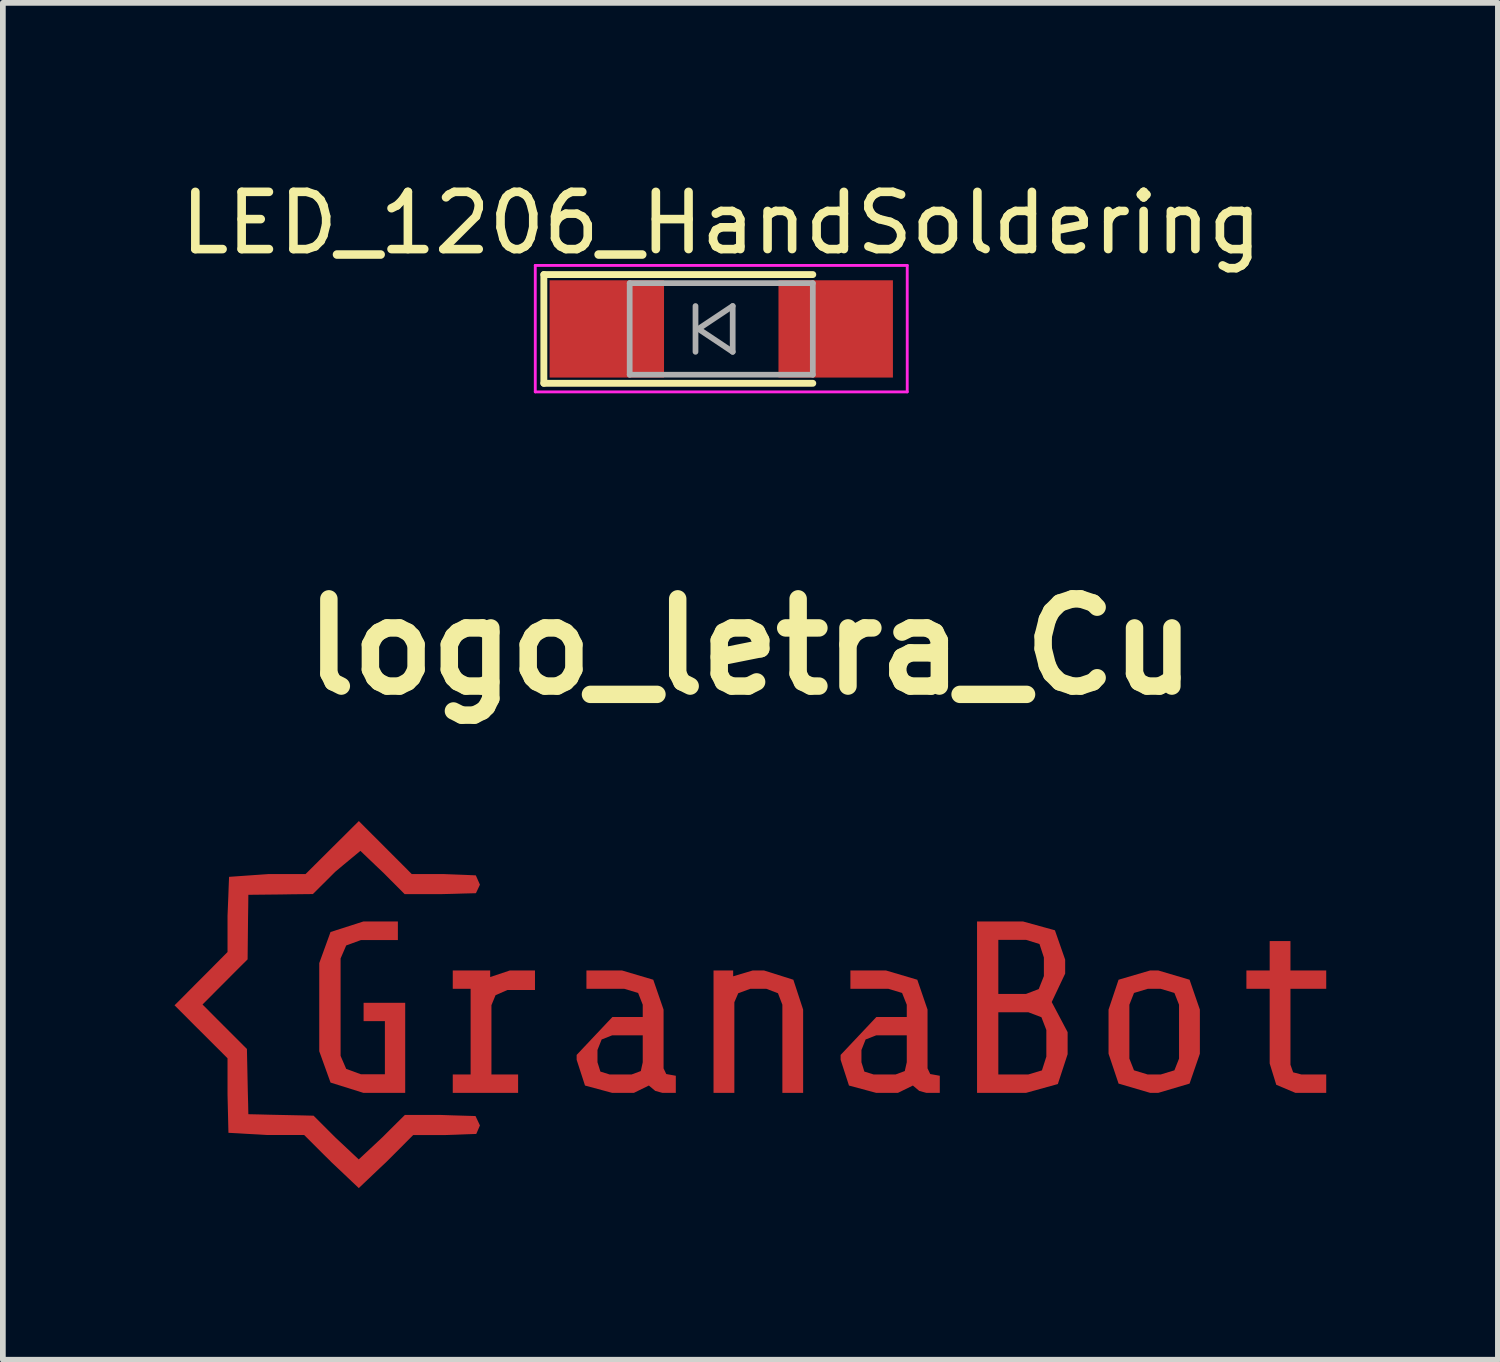
<source format=kicad_pcb>
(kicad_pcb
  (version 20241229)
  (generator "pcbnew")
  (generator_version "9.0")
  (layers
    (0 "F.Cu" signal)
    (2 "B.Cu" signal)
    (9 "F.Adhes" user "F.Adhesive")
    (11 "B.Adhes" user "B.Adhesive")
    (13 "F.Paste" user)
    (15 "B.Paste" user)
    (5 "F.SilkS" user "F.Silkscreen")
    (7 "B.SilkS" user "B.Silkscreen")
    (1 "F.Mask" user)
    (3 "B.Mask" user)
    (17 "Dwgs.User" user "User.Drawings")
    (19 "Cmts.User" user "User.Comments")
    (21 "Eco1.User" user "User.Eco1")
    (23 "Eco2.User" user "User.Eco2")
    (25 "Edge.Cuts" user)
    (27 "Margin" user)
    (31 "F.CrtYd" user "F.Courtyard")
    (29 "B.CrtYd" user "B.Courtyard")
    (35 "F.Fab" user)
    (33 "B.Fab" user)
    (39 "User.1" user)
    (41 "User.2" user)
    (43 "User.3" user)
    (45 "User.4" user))
  (footprint "logo_letra_Cu"
    (layer "F.Cu")
    (at 10.063 14.505)
    (property "Reference" "logo_letra_Cu" (at 0 -6.255 0) (layer "F.SilkS") (effects (font (size 1.524 1.524) (thickness 0.305))))
    (attr smd)
    (fp_poly (pts (xy -0.301 -0.596) (xy -0.301 -0.494) (xy 0.041 -0.596) (xy 0.238 -0.596) (xy 0.751 -0.434) (xy 0.922 0.088) (xy 0.922 1.543) (xy 0.559 1.543) (xy 0.559 0.003) (xy 0.482 -0.198) (xy 0.28 -0.275) (xy -0.002 -0.275) (xy -0.212 -0.198) (xy -0.28 -0.04) (xy -0.28 1.543) (xy -0.644 1.543) (xy -0.644 -0.596) (xy -0.301 -0.596)) (stroke (width 0) (type solid)) (fill yes) (layer "F.Cu"))
    (fp_poly (pts (xy -4.889 1.222) (xy -4.889 -0.275) (xy -5.201 -0.275) (xy -5.201 -0.596) (xy -4.547 -0.596) (xy -4.547 -0.481) (xy -4.204 -0.596) (xy -3.764 -0.596) (xy -3.764 -0.254) (xy -4.247 -0.254) (xy -4.453 -0.164) (xy -4.525 0.011) (xy -4.525 1.222) (xy -4.059 1.222) (xy -4.059 1.543) (xy -5.201 1.543) (xy -5.201 1.222) (xy -4.889 1.222) (xy -4.889 1.222)) (stroke (width 0) (type solid)) (fill yes) (layer "F.Cu"))
    (fp_poly (pts (xy 9.524 1.543) (xy 9.19 1.402) (xy 9.075 1.03) (xy 9.075 -0.275) (xy 8.668 -0.275) (xy 8.668 -0.596) (xy 9.075 -0.596) (xy 9.075 -1.11) (xy 9.438 -1.11) (xy 9.438 -0.596) (xy 10.063 -0.596) (xy 10.063 -0.275) (xy 9.438 -0.275) (xy 9.438 1.051) (xy 9.485 1.184) (xy 9.631 1.222) (xy 10.063 1.222) (xy 10.063 1.543) (xy 9.524 1.543) (xy 9.524 1.543)) (stroke (width 0) (type solid)) (fill yes) (layer "F.Cu"))
    (fp_poly (pts (xy -6.763 1.543) (xy -7.337 1.363) (xy -7.534 0.816) (xy -7.534 -0.725) (xy -7.337 -1.268) (xy -6.763 -1.452) (xy -6.16 -1.452) (xy -6.16 -1.127) (xy -6.806 -1.127) (xy -7.063 -1.033) (xy -7.161 -0.806) (xy -7.161 0.897) (xy -7.063 1.124) (xy -6.806 1.218) (xy -6.387 1.218) (xy -6.387 0.29) (xy -6.759 0.29) (xy -6.759 -0.031) (xy -6.032 -0.031) (xy -6.032 1.543) (xy -6.763 1.543) (xy -6.763 1.543)) (stroke (width 0) (type solid)) (fill yes) (layer "F.Cu"))
    (fp_poly (pts (xy 7.855 0.859) (xy 7.491 0.003) (xy 7.41 -0.203) (xy 7.17 -0.275) (xy 6.944 -0.275) (xy 6.704 -0.203) (xy 6.623 0.003) (xy 6.623 0.944) (xy 6.704 1.149) (xy 6.944 1.222) (xy 7.17 1.222) (xy 7.41 1.149) (xy 7.491 0.944) (xy 7.491 0.003) (xy 7.855 0.859) (xy 7.675 1.381) (xy 7.128 1.543) (xy 6.986 1.543) (xy 6.434 1.381) (xy 6.259 0.859) (xy 6.259 0.088) (xy 6.434 -0.434) (xy 6.986 -0.596) (xy 7.128 -0.596) (xy 7.675 -0.434) (xy 7.855 0.088) (xy 7.855 0.859)) (stroke (width 0) (type solid)) (fill yes) (layer "F.Cu"))
    (fp_poly (pts (xy 5.544 0.867) (xy 4.817 -0.186) (xy 5.039 -0.271) (xy 5.129 -0.498) (xy 5.129 -0.823) (xy 5.129 -0.823) (xy 5.052 -1.058) (xy 4.817 -1.131) (xy 4.333 -1.131) (xy 4.333 -0.186) (xy 4.817 -0.186) (xy 5.544 0.867) (xy 5.172 0.444) (xy 5.086 0.221) (xy 4.859 0.135) (xy 4.333 0.135) (xy 4.333 1.222) (xy 4.855 1.222) (xy 5.095 1.15) (xy 5.172 0.91) (xy 5.172 0.444) (xy 5.172 0.444) (xy 5.544 0.867) (xy 5.373 1.389) (xy 4.817 1.543) (xy 3.961 1.543) (xy 3.961 -1.452) (xy 4.765 -1.452) (xy 5.322 -1.298) (xy 5.501 -0.785) (xy 5.501 -0.541) (xy 5.266 -0.044) (xy 5.544 0.482) (xy 5.544 0.867)) (stroke (width 0) (type solid)) (fill yes) (layer "F.Cu"))
    (fp_poly (pts (xy -1.538 1.543) (xy -2.077 1.222) (xy -1.915 1.162) (xy -1.881 1.008) (xy -1.881 0.538) (xy -2.416 0.538) (xy -2.599 0.61) (xy -2.672 0.794) (xy -2.672 1.008) (xy -2.621 1.171) (xy -2.458 1.222) (xy -2.077 1.222) (xy -2.077 1.222) (xy -1.538 1.543) (xy -1.662 1.509) (xy -1.774 1.415) (xy -2.035 1.543) (xy -2.416 1.543) (xy -2.89 1.415) (xy -3.036 0.965) (xy -3.036 0.88) (xy -2.411 0.217) (xy -1.881 0.217) (xy -1.881 0.003) (xy -1.962 -0.203) (xy -2.202 -0.275) (xy -2.865 -0.275) (xy -2.865 -0.596) (xy -2.244 -0.596) (xy -1.697 -0.434) (xy -1.517 0.088) (xy -1.517 1.115) (xy -1.47 1.214) (xy -1.303 1.244) (xy -1.303 1.543) (xy -1.538 1.543) (xy -1.538 1.543)) (stroke (width 0) (type solid)) (fill yes) (layer "F.Cu"))
    (fp_poly (pts (xy 3.075 1.543) (xy 2.536 1.222) (xy 2.698 1.162) (xy 2.733 1.008) (xy 2.733 0.538) (xy 2.198 0.538) (xy 2.014 0.61) (xy 1.941 0.794) (xy 1.941 1.008) (xy 1.992 1.171) (xy 2.155 1.222) (xy 2.536 1.222) (xy 2.536 1.222) (xy 3.075 1.543) (xy 2.951 1.509) (xy 2.84 1.415) (xy 2.579 1.543) (xy 2.198 1.543) (xy 1.723 1.415) (xy 1.577 0.965) (xy 1.577 0.88) (xy 2.202 0.217) (xy 2.733 0.217) (xy 2.733 0.003) (xy 2.651 -0.203) (xy 2.412 -0.275) (xy 1.748 -0.275) (xy 1.748 -0.596) (xy 2.369 -0.596) (xy 2.917 -0.434) (xy 3.096 0.088) (xy 3.096 1.115) (xy 3.143 1.214) (xy 3.31 1.244) (xy 3.31 1.543) (xy 3.075 1.543) (xy 3.075 1.543)) (stroke (width 0) (type solid)) (fill yes) (layer "F.Cu"))
    (fp_poly (pts (xy -7.333 2.742) (xy -7.45 2.627) (xy -7.566 2.511) (xy -7.682 2.395) (xy -7.798 2.279) (xy -7.962 2.279) (xy -8.125 2.279) (xy -8.289 2.279) (xy -8.452 2.279) (xy -8.619 2.269) (xy -8.787 2.26) (xy -8.954 2.25) (xy -9.121 2.241) (xy -9.125 2.073) (xy -9.129 1.905) (xy -9.133 1.738) (xy -9.137 1.57) (xy -9.137 1.36) (xy -9.137 1.15) (xy -9.137 0.939) (xy -9.252 0.823) (xy -9.368 0.708) (xy -9.484 0.592) (xy -9.6 0.476) (xy -9.716 0.361) (xy -9.831 0.245) (xy -9.947 0.129) (xy -10.063 0.013) (xy -9.947 -0.103) (xy -9.832 -0.219) (xy -9.716 -0.336) (xy -9.6 -0.452) (xy -9.484 -0.568) (xy -9.368 -0.685) (xy -9.252 -0.802) (xy -9.137 -0.918) (xy -9.137 -1.129) (xy -9.137 -1.339) (xy -9.137 -1.551) (xy -9.13 -1.721) (xy -9.123 -1.891) (xy -9.117 -2.062) (xy -9.11 -2.232) (xy -8.94 -2.244) (xy -8.77 -2.256) (xy -8.599 -2.268) (xy -8.429 -2.28) (xy -8.265 -2.28) (xy -8.101 -2.28) (xy -7.937 -2.28) (xy -7.774 -2.28) (xy -7.657 -2.396) (xy -7.541 -2.512) (xy -7.424 -2.628) (xy -7.308 -2.744) (xy -7.192 -2.859) (xy -7.075 -2.975) (xy -6.959 -3.091) (xy -6.842 -3.207) (xy -6.727 -3.091) (xy -6.611 -2.975) (xy -6.495 -2.86) (xy -6.38 -2.744) (xy -6.264 -2.628) (xy -6.148 -2.512) (xy -6.032 -2.396) (xy -5.917 -2.28) (xy -5.727 -2.28) (xy -5.538 -2.28) (xy -5.347 -2.28) (xy -5.164 -2.273) (xy -4.982 -2.266) (xy -4.798 -2.258) (xy -4.726 -2.095) (xy -4.796 -1.946) (xy -4.997 -1.941) (xy -5.197 -1.935) (xy -5.399 -1.93) (xy -5.56 -1.93) (xy -5.721 -1.93) (xy -5.882 -1.93) (xy -6.042 -1.93) (xy -6.163 -2.052) (xy -6.284 -2.173) (xy -6.405 -2.295) (xy -6.542 -2.425) (xy -6.678 -2.555) (xy -6.815 -2.686) (xy -6.961 -2.565) (xy -7.107 -2.444) (xy -7.254 -2.321) (xy -7.384 -2.191) (xy -7.514 -2.062) (xy -7.645 -1.931) (xy -7.833 -1.929) (xy -8.02 -1.927) (xy -8.209 -1.924) (xy -8.397 -1.922) (xy -8.584 -1.92) (xy -8.773 -1.918) (xy -8.775 -1.73) (xy -8.778 -1.543) (xy -8.78 -1.354) (xy -8.782 -1.166) (xy -8.784 -0.979) (xy -8.786 -0.79) (xy -8.918 -0.659) (xy -9.049 -0.528) (xy -9.18 -0.396) (xy -9.312 -0.264) (xy -9.442 -0.133) (xy -9.574 -0.001) (xy -9.445 0.128) (xy -9.316 0.258) (xy -9.186 0.388) (xy -9.057 0.517) (xy -8.928 0.646) (xy -8.798 0.776) (xy -8.794 0.966) (xy -8.79 1.155) (xy -8.786 1.346) (xy -8.782 1.536) (xy -8.777 1.725) (xy -8.773 1.916) (xy -8.583 1.92) (xy -8.394 1.925) (xy -8.203 1.929) (xy -8.014 1.933) (xy -7.824 1.937) (xy -7.633 1.942) (xy -7.506 2.069) (xy -7.379 2.196) (xy -7.251 2.324) (xy -7.115 2.451) (xy -6.98 2.578) (xy -6.844 2.706) (xy -6.706 2.577) (xy -6.568 2.448) (xy -6.429 2.318) (xy -6.299 2.188) (xy -6.169 2.059) (xy -6.038 1.929) (xy -5.828 1.929) (xy -5.619 1.929) (xy -5.408 1.929) (xy -5.206 1.936) (xy -5.005 1.942) (xy -4.803 1.948) (xy -4.726 2.112) (xy -4.79 2.261) (xy -4.968 2.267) (xy -5.145 2.274) (xy -5.324 2.28) (xy -5.513 2.28) (xy -5.702 2.28) (xy -5.892 2.28) (xy -6.008 2.396) (xy -6.123 2.512) (xy -6.239 2.628) (xy -6.355 2.744) (xy -6.477 2.859) (xy -6.599 2.975) (xy -6.721 3.091) (xy -6.843 3.207) (xy -6.966 3.091) (xy -7.088 2.975) (xy -7.211 2.859) (xy -7.334 2.743) (xy -7.334 2.744) (xy -7.333 2.742)) (stroke (width 0) (type solid)) (fill yes) (layer "F.Cu")))
  (footprint "LED_1206_HandSoldering"
    (layer "F.Cu")
    (at 9.554 2.698)
    (property "Reference" "LED_1206_HandSoldering" (at 0 -1.85 0) (layer "F.SilkS") (effects (font (size 1 1) (thickness 0.15))))
    (attr smd)
    (fp_line (start -3.1 -0.95) (end -3.1 0.95) (stroke (width 0.12) (type solid)) (layer "F.SilkS"))
    (fp_line (start -3.1 -0.95) (end 1.6 -0.95) (stroke (width 0.12) (type solid)) (layer "F.SilkS"))
    (fp_line (start -3.1 0.95) (end 1.6 0.95) (stroke (width 0.12) (type solid)) (layer "F.SilkS"))
    (fp_line (start -3.25 -1.11) (end -3.25 1.1) (stroke (width 0.05) (type solid)) (layer "F.CrtYd"))
    (fp_line (start -3.25 -1.11) (end 3.25 -1.11) (stroke (width 0.05) (type solid)) (layer "F.CrtYd"))
    (fp_line (start 3.25 1.1) (end -3.25 1.1) (stroke (width 0.05) (type solid)) (layer "F.CrtYd"))
    (fp_line (start 3.25 1.1) (end 3.25 -1.11) (stroke (width 0.05) (type solid)) (layer "F.CrtYd"))
    (fp_line (start -1.6 -0.8) (end 1.6 -0.8) (stroke (width 0.1) (type solid)) (layer "F.Fab"))
    (fp_line (start -1.6 0.8) (end -1.6 -0.8) (stroke (width 0.1) (type solid)) (layer "F.Fab"))
    (fp_line (start -0.45 -0.4) (end -0.45 0.4) (stroke (width 0.1) (type solid)) (layer "F.Fab"))
    (fp_line (start -0.4 0) (end 0.2 -0.4) (stroke (width 0.1) (type solid)) (layer "F.Fab"))
    (fp_line (start 0.2 -0.4) (end 0.2 0.4) (stroke (width 0.1) (type solid)) (layer "F.Fab"))
    (fp_line (start 0.2 0.4) (end -0.4 0) (stroke (width 0.1) (type solid)) (layer "F.Fab"))
    (fp_line (start 1.6 -0.8) (end 1.6 0.8) (stroke (width 0.1) (type solid)) (layer "F.Fab"))
    (fp_line (start 1.6 0.8) (end -1.6 0.8) (stroke (width 0.1) (type solid)) (layer "F.Fab"))
    (pad "1" smd rect (at -2 0) (size 2 1.7) (layers "F.Cu" "F.Mask" "F.Paste"))
    (pad "2" smd rect (at 2 0) (size 2 1.7) (layers "F.Cu" "F.Mask" "F.Paste")))
  (gr_rect
    (start -3 -3)
    (end 23.126 20.712)
    (stroke (width 0.1) (type default))
    (fill no)
    (layer "Edge.Cuts")))
</source>
